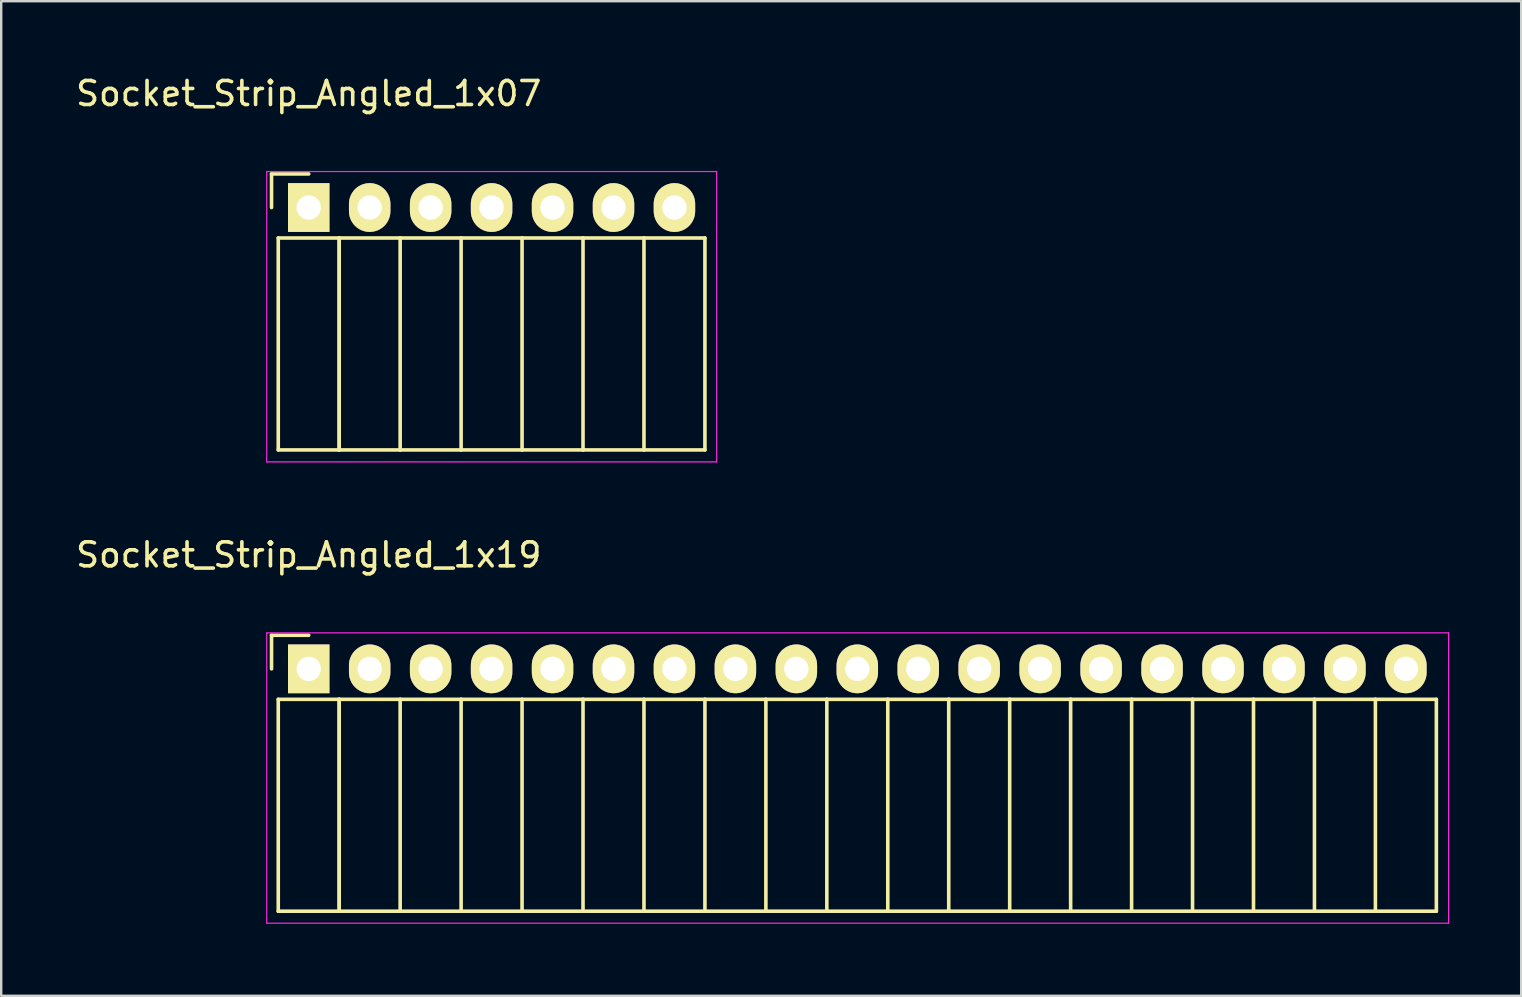
<source format=kicad_pcb>
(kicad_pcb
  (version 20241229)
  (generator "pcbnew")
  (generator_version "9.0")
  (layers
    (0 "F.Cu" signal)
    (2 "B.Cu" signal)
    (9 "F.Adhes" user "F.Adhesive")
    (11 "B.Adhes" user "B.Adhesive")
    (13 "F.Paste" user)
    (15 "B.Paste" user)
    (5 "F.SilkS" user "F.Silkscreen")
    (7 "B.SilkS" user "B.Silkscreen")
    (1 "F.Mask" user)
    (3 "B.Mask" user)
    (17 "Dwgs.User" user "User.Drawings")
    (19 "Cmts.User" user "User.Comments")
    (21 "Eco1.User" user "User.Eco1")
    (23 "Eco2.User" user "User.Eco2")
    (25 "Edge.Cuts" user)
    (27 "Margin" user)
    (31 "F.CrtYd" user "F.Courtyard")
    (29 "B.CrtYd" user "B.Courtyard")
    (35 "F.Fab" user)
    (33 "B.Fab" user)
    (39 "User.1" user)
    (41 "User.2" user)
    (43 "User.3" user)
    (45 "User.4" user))
  (footprint "Socket_Strip_Angled_1x07"
    (layer "F.Cu")
    (at 9.815 5.598)
    (property "Reference" "Socket_Strip_Angled_1x07" (at 0 -4.75 0) (layer "F.SilkS") (effects (font (size 1 1) (thickness 0.15))))
    (attr through_hole)
    (fp_line (start -1.55 -1.4) (end -1.55 0) (stroke (width 0.15) (type solid)) (layer "F.SilkS"))
    (fp_line (start -1.27 1.27) (end -1.27 10.1) (stroke (width 0.15) (type solid)) (layer "F.SilkS"))
    (fp_line (start -1.27 1.27) (end 1.27 1.27) (stroke (width 0.15) (type solid)) (layer "F.SilkS"))
    (fp_line (start -1.27 10.1) (end 1.27 10.1) (stroke (width 0.15) (type solid)) (layer "F.SilkS"))
    (fp_line (start 0 -1.4) (end -1.55 -1.4) (stroke (width 0.15) (type solid)) (layer "F.SilkS"))
    (fp_line (start 1.27 1.27) (end 1.27 10.1) (stroke (width 0.15) (type solid)) (layer "F.SilkS"))
    (fp_line (start 1.27 1.27) (end 3.81 1.27) (stroke (width 0.15) (type solid)) (layer "F.SilkS"))
    (fp_line (start 1.27 10.1) (end 1.27 1.27) (stroke (width 0.15) (type solid)) (layer "F.SilkS"))
    (fp_line (start 1.27 10.1) (end 3.81 10.1) (stroke (width 0.15) (type solid)) (layer "F.SilkS"))
    (fp_line (start 3.81 1.27) (end 6.35 1.27) (stroke (width 0.15) (type solid)) (layer "F.SilkS"))
    (fp_line (start 3.81 10.1) (end 3.81 1.27) (stroke (width 0.15) (type solid)) (layer "F.SilkS"))
    (fp_line (start 3.81 10.1) (end 6.35 10.1) (stroke (width 0.15) (type solid)) (layer "F.SilkS"))
    (fp_line (start 6.35 1.27) (end 8.89 1.27) (stroke (width 0.15) (type solid)) (layer "F.SilkS"))
    (fp_line (start 6.35 10.1) (end 6.35 1.27) (stroke (width 0.15) (type solid)) (layer "F.SilkS"))
    (fp_line (start 6.35 10.1) (end 8.89 10.1) (stroke (width 0.15) (type solid)) (layer "F.SilkS"))
    (fp_line (start 8.89 1.27) (end 11.43 1.27) (stroke (width 0.15) (type solid)) (layer "F.SilkS"))
    (fp_line (start 8.89 10.1) (end 8.89 1.27) (stroke (width 0.15) (type solid)) (layer "F.SilkS"))
    (fp_line (start 8.89 10.1) (end 11.43 10.1) (stroke (width 0.15) (type solid)) (layer "F.SilkS"))
    (fp_line (start 11.43 1.27) (end 13.97 1.27) (stroke (width 0.15) (type solid)) (layer "F.SilkS"))
    (fp_line (start 11.43 10.1) (end 11.43 1.27) (stroke (width 0.15) (type solid)) (layer "F.SilkS"))
    (fp_line (start 11.43 10.1) (end 13.97 10.1) (stroke (width 0.15) (type solid)) (layer "F.SilkS"))
    (fp_line (start 13.97 1.27) (end 16.51 1.27) (stroke (width 0.15) (type solid)) (layer "F.SilkS"))
    (fp_line (start 13.97 10.1) (end 13.97 1.27) (stroke (width 0.15) (type solid)) (layer "F.SilkS"))
    (fp_line (start 13.97 10.1) (end 16.51 10.1) (stroke (width 0.15) (type solid)) (layer "F.SilkS"))
    (fp_line (start 16.51 10.1) (end 16.51 1.27) (stroke (width 0.15) (type solid)) (layer "F.SilkS"))
    (fp_line (start -1.75 -1.5) (end -1.75 10.6) (stroke (width 0.05) (type solid)) (layer "F.CrtYd"))
    (fp_line (start -1.75 -1.5) (end 17 -1.5) (stroke (width 0.05) (type solid)) (layer "F.CrtYd"))
    (fp_line (start -1.75 10.6) (end 17 10.6) (stroke (width 0.05) (type solid)) (layer "F.CrtYd"))
    (fp_line (start 17 -1.5) (end 17 10.6) (stroke (width 0.05) (type solid)) (layer "F.CrtYd"))
    (pad "1" thru_hole rect (at 0 0) (size 1.727 2.032) (drill 1.016) (layers "*.Cu" "*.Mask" "F.SilkS"))
    (pad "2" thru_hole oval (at 2.54 0) (size 1.727 2.032) (drill 1.016) (layers "*.Cu" "*.Mask" "F.SilkS"))
    (pad "3" thru_hole oval (at 5.08 0) (size 1.727 2.032) (drill 1.016) (layers "*.Cu" "*.Mask" "F.SilkS"))
    (pad "4" thru_hole oval (at 7.62 0) (size 1.727 2.032) (drill 1.016) (layers "*.Cu" "*.Mask" "F.SilkS"))
    (pad "5" thru_hole oval (at 10.16 0) (size 1.727 2.032) (drill 1.016) (layers "*.Cu" "*.Mask" "F.SilkS"))
    (pad "6" thru_hole oval (at 12.7 0) (size 1.727 2.032) (drill 1.016) (layers "*.Cu" "*.Mask" "F.SilkS"))
    (pad "7" thru_hole oval (at 15.24 0) (size 1.727 2.032) (drill 1.016) (layers "*.Cu" "*.Mask" "F.SilkS")))
  (footprint "Socket_Strip_Angled_1x19"
    (layer "F.Cu")
    (at 9.815 24.822)
    (property "Reference" "Socket_Strip_Angled_1x19" (at 0 -4.75 0) (layer "F.SilkS") (effects (font (size 1 1) (thickness 0.15))))
    (attr through_hole)
    (fp_line (start -1.55 -1.4) (end -1.55 0) (stroke (width 0.15) (type solid)) (layer "F.SilkS"))
    (fp_line (start -1.27 1.27) (end -1.27 10.1) (stroke (width 0.15) (type solid)) (layer "F.SilkS"))
    (fp_line (start -1.27 1.27) (end 1.27 1.27) (stroke (width 0.15) (type solid)) (layer "F.SilkS"))
    (fp_line (start -1.27 10.1) (end 1.27 10.1) (stroke (width 0.15) (type solid)) (layer "F.SilkS"))
    (fp_line (start 0 -1.4) (end -1.55 -1.4) (stroke (width 0.15) (type solid)) (layer "F.SilkS"))
    (fp_line (start 1.27 1.27) (end 1.27 10.1) (stroke (width 0.15) (type solid)) (layer "F.SilkS"))
    (fp_line (start 1.27 1.27) (end 3.81 1.27) (stroke (width 0.15) (type solid)) (layer "F.SilkS"))
    (fp_line (start 1.27 10.1) (end 1.27 1.27) (stroke (width 0.15) (type solid)) (layer "F.SilkS"))
    (fp_line (start 1.27 10.1) (end 3.81 10.1) (stroke (width 0.15) (type solid)) (layer "F.SilkS"))
    (fp_line (start 3.81 1.27) (end 6.35 1.27) (stroke (width 0.15) (type solid)) (layer "F.SilkS"))
    (fp_line (start 3.81 10.1) (end 3.81 1.27) (stroke (width 0.15) (type solid)) (layer "F.SilkS"))
    (fp_line (start 3.81 10.1) (end 6.35 10.1) (stroke (width 0.15) (type solid)) (layer "F.SilkS"))
    (fp_line (start 6.35 1.27) (end 8.89 1.27) (stroke (width 0.15) (type solid)) (layer "F.SilkS"))
    (fp_line (start 6.35 10.1) (end 6.35 1.27) (stroke (width 0.15) (type solid)) (layer "F.SilkS"))
    (fp_line (start 6.35 10.1) (end 8.89 10.1) (stroke (width 0.15) (type solid)) (layer "F.SilkS"))
    (fp_line (start 8.89 1.27) (end 11.43 1.27) (stroke (width 0.15) (type solid)) (layer "F.SilkS"))
    (fp_line (start 8.89 10.1) (end 8.89 1.27) (stroke (width 0.15) (type solid)) (layer "F.SilkS"))
    (fp_line (start 8.89 10.1) (end 11.43 10.1) (stroke (width 0.15) (type solid)) (layer "F.SilkS"))
    (fp_line (start 11.43 1.27) (end 13.97 1.27) (stroke (width 0.15) (type solid)) (layer "F.SilkS"))
    (fp_line (start 11.43 10.1) (end 11.43 1.27) (stroke (width 0.15) (type solid)) (layer "F.SilkS"))
    (fp_line (start 11.43 10.1) (end 13.97 10.1) (stroke (width 0.15) (type solid)) (layer "F.SilkS"))
    (fp_line (start 13.97 1.27) (end 16.51 1.27) (stroke (width 0.15) (type solid)) (layer "F.SilkS"))
    (fp_line (start 13.97 10.1) (end 13.97 1.27) (stroke (width 0.15) (type solid)) (layer "F.SilkS"))
    (fp_line (start 13.97 10.1) (end 16.51 10.1) (stroke (width 0.15) (type solid)) (layer "F.SilkS"))
    (fp_line (start 16.51 1.27) (end 19.05 1.27) (stroke (width 0.15) (type solid)) (layer "F.SilkS"))
    (fp_line (start 16.51 10.1) (end 16.51 1.27) (stroke (width 0.15) (type solid)) (layer "F.SilkS"))
    (fp_line (start 16.51 10.1) (end 19.05 10.1) (stroke (width 0.15) (type solid)) (layer "F.SilkS"))
    (fp_line (start 19.05 1.27) (end 21.59 1.27) (stroke (width 0.15) (type solid)) (layer "F.SilkS"))
    (fp_line (start 19.05 10.1) (end 19.05 1.27) (stroke (width 0.15) (type solid)) (layer "F.SilkS"))
    (fp_line (start 19.05 10.1) (end 21.59 10.1) (stroke (width 0.15) (type solid)) (layer "F.SilkS"))
    (fp_line (start 21.59 1.27) (end 24.13 1.27) (stroke (width 0.15) (type solid)) (layer "F.SilkS"))
    (fp_line (start 21.59 10.1) (end 21.59 1.27) (stroke (width 0.15) (type solid)) (layer "F.SilkS"))
    (fp_line (start 21.59 10.1) (end 24.13 10.1) (stroke (width 0.15) (type solid)) (layer "F.SilkS"))
    (fp_line (start 24.13 1.27) (end 26.67 1.27) (stroke (width 0.15) (type solid)) (layer "F.SilkS"))
    (fp_line (start 24.13 10.1) (end 24.13 1.27) (stroke (width 0.15) (type solid)) (layer "F.SilkS"))
    (fp_line (start 24.13 10.1) (end 26.67 10.1) (stroke (width 0.15) (type solid)) (layer "F.SilkS"))
    (fp_line (start 26.67 1.27) (end 29.21 1.27) (stroke (width 0.15) (type solid)) (layer "F.SilkS"))
    (fp_line (start 26.67 10.1) (end 26.67 1.27) (stroke (width 0.15) (type solid)) (layer "F.SilkS"))
    (fp_line (start 26.67 10.1) (end 29.21 10.1) (stroke (width 0.15) (type solid)) (layer "F.SilkS"))
    (fp_line (start 29.21 1.27) (end 31.75 1.27) (stroke (width 0.15) (type solid)) (layer "F.SilkS"))
    (fp_line (start 29.21 10.1) (end 29.21 1.27) (stroke (width 0.15) (type solid)) (layer "F.SilkS"))
    (fp_line (start 29.21 10.1) (end 31.75 10.1) (stroke (width 0.15) (type solid)) (layer "F.SilkS"))
    (fp_line (start 31.75 1.27) (end 34.29 1.27) (stroke (width 0.15) (type solid)) (layer "F.SilkS"))
    (fp_line (start 31.75 10.1) (end 31.75 1.27) (stroke (width 0.15) (type solid)) (layer "F.SilkS"))
    (fp_line (start 31.75 10.1) (end 34.29 10.1) (stroke (width 0.15) (type solid)) (layer "F.SilkS"))
    (fp_line (start 34.29 1.27) (end 36.83 1.27) (stroke (width 0.15) (type solid)) (layer "F.SilkS"))
    (fp_line (start 34.29 10.1) (end 34.29 1.27) (stroke (width 0.15) (type solid)) (layer "F.SilkS"))
    (fp_line (start 34.29 10.1) (end 36.83 10.1) (stroke (width 0.15) (type solid)) (layer "F.SilkS"))
    (fp_line (start 36.83 1.27) (end 39.37 1.27) (stroke (width 0.15) (type solid)) (layer "F.SilkS"))
    (fp_line (start 36.83 10.1) (end 36.83 1.27) (stroke (width 0.15) (type solid)) (layer "F.SilkS"))
    (fp_line (start 36.83 10.1) (end 39.37 10.1) (stroke (width 0.15) (type solid)) (layer "F.SilkS"))
    (fp_line (start 39.37 1.27) (end 41.91 1.27) (stroke (width 0.15) (type solid)) (layer "F.SilkS"))
    (fp_line (start 39.37 10.1) (end 39.37 1.27) (stroke (width 0.15) (type solid)) (layer "F.SilkS"))
    (fp_line (start 39.37 10.1) (end 41.91 10.1) (stroke (width 0.15) (type solid)) (layer "F.SilkS"))
    (fp_line (start 41.91 1.27) (end 44.45 1.27) (stroke (width 0.15) (type solid)) (layer "F.SilkS"))
    (fp_line (start 41.91 10.1) (end 41.91 1.27) (stroke (width 0.15) (type solid)) (layer "F.SilkS"))
    (fp_line (start 41.91 10.1) (end 44.45 10.1) (stroke (width 0.15) (type solid)) (layer "F.SilkS"))
    (fp_line (start 44.45 1.27) (end 46.99 1.27) (stroke (width 0.15) (type solid)) (layer "F.SilkS"))
    (fp_line (start 44.45 10.1) (end 44.45 1.27) (stroke (width 0.15) (type solid)) (layer "F.SilkS"))
    (fp_line (start 44.45 10.1) (end 46.99 10.1) (stroke (width 0.15) (type solid)) (layer "F.SilkS"))
    (fp_line (start 46.99 10.1) (end 46.99 1.27) (stroke (width 0.15) (type solid)) (layer "F.SilkS"))
    (fp_line (start -1.75 -1.5) (end -1.75 10.6) (stroke (width 0.05) (type solid)) (layer "F.CrtYd"))
    (fp_line (start -1.75 -1.5) (end 47.5 -1.5) (stroke (width 0.05) (type solid)) (layer "F.CrtYd"))
    (fp_line (start -1.75 10.6) (end 47.5 10.6) (stroke (width 0.05) (type solid)) (layer "F.CrtYd"))
    (fp_line (start 47.5 -1.5) (end 47.5 10.6) (stroke (width 0.05) (type solid)) (layer "F.CrtYd"))
    (pad "1" thru_hole rect (at 0 0) (size 1.727 2.032) (drill 1.016) (layers "*.Cu" "*.Mask" "F.SilkS"))
    (pad "2" thru_hole oval (at 2.54 0) (size 1.727 2.032) (drill 1.016) (layers "*.Cu" "*.Mask" "F.SilkS"))
    (pad "3" thru_hole oval (at 5.08 0) (size 1.727 2.032) (drill 1.016) (layers "*.Cu" "*.Mask" "F.SilkS"))
    (pad "4" thru_hole oval (at 7.62 0) (size 1.727 2.032) (drill 1.016) (layers "*.Cu" "*.Mask" "F.SilkS"))
    (pad "5" thru_hole oval (at 10.16 0) (size 1.727 2.032) (drill 1.016) (layers "*.Cu" "*.Mask" "F.SilkS"))
    (pad "6" thru_hole oval (at 12.7 0) (size 1.727 2.032) (drill 1.016) (layers "*.Cu" "*.Mask" "F.SilkS"))
    (pad "7" thru_hole oval (at 15.24 0) (size 1.727 2.032) (drill 1.016) (layers "*.Cu" "*.Mask" "F.SilkS"))
    (pad "8" thru_hole oval (at 17.78 0) (size 1.727 2.032) (drill 1.016) (layers "*.Cu" "*.Mask" "F.SilkS"))
    (pad "9" thru_hole oval (at 20.32 0) (size 1.727 2.032) (drill 1.016) (layers "*.Cu" "*.Mask" "F.SilkS"))
    (pad "10" thru_hole oval (at 22.86 0) (size 1.727 2.032) (drill 1.016) (layers "*.Cu" "*.Mask" "F.SilkS"))
    (pad "11" thru_hole oval (at 25.4 0) (size 1.727 2.032) (drill 1.016) (layers "*.Cu" "*.Mask" "F.SilkS"))
    (pad "12" thru_hole oval (at 27.94 0) (size 1.727 2.032) (drill 1.016) (layers "*.Cu" "*.Mask" "F.SilkS"))
    (pad "13" thru_hole oval (at 30.48 0) (size 1.727 2.032) (drill 1.016) (layers "*.Cu" "*.Mask" "F.SilkS"))
    (pad "14" thru_hole oval (at 33.02 0) (size 1.727 2.032) (drill 1.016) (layers "*.Cu" "*.Mask" "F.SilkS"))
    (pad "15" thru_hole oval (at 35.56 0) (size 1.727 2.032) (drill 1.016) (layers "*.Cu" "*.Mask" "F.SilkS"))
    (pad "16" thru_hole oval (at 38.1 0) (size 1.727 2.032) (drill 1.016) (layers "*.Cu" "*.Mask" "F.SilkS"))
    (pad "17" thru_hole oval (at 40.64 0) (size 1.727 2.032) (drill 1.016) (layers "*.Cu" "*.Mask" "F.SilkS"))
    (pad "18" thru_hole oval (at 43.18 0) (size 1.727 2.032) (drill 1.016) (layers "*.Cu" "*.Mask" "F.SilkS"))
    (pad "19" thru_hole oval (at 45.72 0) (size 1.727 2.032) (drill 1.016) (layers "*.Cu" "*.Mask" "F.SilkS")))
  (gr_rect
    (start -3 -3)
    (end 60.34 38.447)
    (stroke (width 0.1) (type default))
    (fill no)
    (layer "Edge.Cuts")))
</source>
